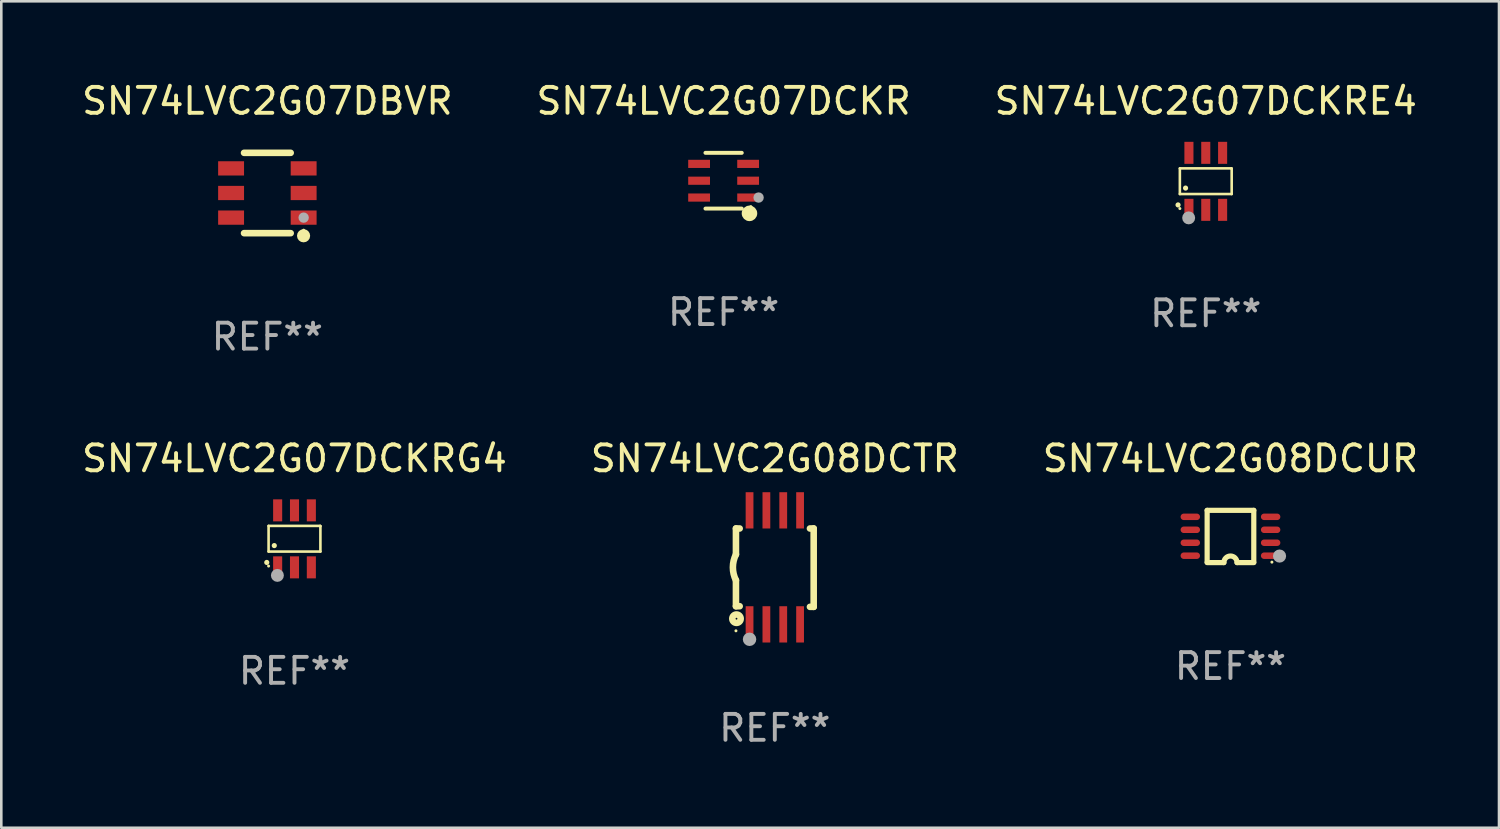
<source format=kicad_pcb>
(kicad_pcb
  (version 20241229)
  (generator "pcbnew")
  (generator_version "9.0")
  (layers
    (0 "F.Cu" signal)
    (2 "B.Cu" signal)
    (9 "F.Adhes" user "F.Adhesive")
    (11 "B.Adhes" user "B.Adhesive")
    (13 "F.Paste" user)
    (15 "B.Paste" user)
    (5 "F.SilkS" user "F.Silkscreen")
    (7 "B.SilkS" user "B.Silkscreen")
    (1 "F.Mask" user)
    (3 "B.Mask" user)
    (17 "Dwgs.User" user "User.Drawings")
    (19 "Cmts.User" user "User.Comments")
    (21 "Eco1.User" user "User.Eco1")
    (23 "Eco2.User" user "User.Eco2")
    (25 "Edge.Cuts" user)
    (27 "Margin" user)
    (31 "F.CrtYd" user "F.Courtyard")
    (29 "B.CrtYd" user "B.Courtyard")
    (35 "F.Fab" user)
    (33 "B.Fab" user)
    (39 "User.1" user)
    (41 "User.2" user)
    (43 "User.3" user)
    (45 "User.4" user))
  (footprint "SN74LVC2G07DBVR"
    (layer "F.Cu")
    (at 7.268 4.398)
    (property "Reference" "SN74LVC2G07DBVR" (at 0 -3.55 0) (layer "F.SilkS") (effects (font (size 1 1) (thickness 0.15))))
    (attr through_hole)
    (fp_line (start -0.9 -1.55) (end 0.9 -1.55) (stroke (width 0.254) (type solid)) (layer "F.SilkS"))
    (fp_line (start -0.9 1.55) (end 0.9 1.55) (stroke (width 0.254) (type solid)) (layer "F.SilkS"))
    (fp_circle (center 1.397 1.651) (end 1.524 1.651) (stroke (width 0.254) (type solid)) (fill no) (layer "F.SilkS"))
    (fp_circle (center 1.4 1.435) (end 1.43 1.435) (stroke (width 0.06) (type solid)) (fill no) (layer "F.SilkS"))
    (fp_circle (center 1.4 0.95) (end 1.5 0.95) (stroke (width 0.2) (type solid)) (fill no) (layer "F.Fab"))
    (fp_text user "REF**" (at 0 5.55 0) (layer "F.Fab") (effects (font (size 1 1) (thickness 0.15))))
    (pad "1" smd rect (at 1.4 0.95) (size 1 0.55) (layers "F.Cu" "F.Mask" "F.Paste"))
    (pad "2" smd rect (at 1.4 -0.000102) (size 1 0.55) (layers "F.Cu" "F.Mask" "F.Paste"))
    (pad "3" smd rect (at 1.4 -0.95) (size 1 0.55) (layers "F.Cu" "F.Mask" "F.Paste"))
    (pad "4" smd rect (at -1.4 -0.95) (size 1 0.55) (layers "F.Cu" "F.Mask" "F.Paste"))
    (pad "5" smd rect (at -1.4 -0.000102) (size 1 0.55) (layers "F.Cu" "F.Mask" "F.Paste"))
    (pad "6" smd rect (at -1.4 0.95) (size 1 0.55) (layers "F.Cu" "F.Mask" "F.Paste")))
  (footprint "SN74LVC2G07DCKRG4"
    (layer "F.Cu")
    (at 8.315 17.745)
    (property "Reference" "SN74LVC2G07DCKRG4" (at 0 -3.1 0) (layer "F.SilkS") (effects (font (size 1 1) (thickness 0.15))))
    (attr through_hole)
    (fp_line (start -1 -0.5) (end -1 0.49) (stroke (width 0.1) (type solid)) (layer "F.SilkS"))
    (fp_line (start -1 0.49) (end 1 0.49) (stroke (width 0.1) (type solid)) (layer "F.SilkS"))
    (fp_line (start 0.99 -0.5) (end -1 -0.5) (stroke (width 0.1) (type solid)) (layer "F.SilkS"))
    (fp_line (start 1 -0.49) (end 0.99 -0.5) (stroke (width 0.1) (type solid)) (layer "F.SilkS"))
    (fp_line (start 1 0.49) (end 1 -0.49) (stroke (width 0.1) (type solid)) (layer "F.SilkS"))
    (fp_circle (center -1.07 0.91) (end -1.02 0.91) (stroke (width 0.1) (type solid)) (fill no) (layer "F.SilkS"))
    (fp_circle (center -1 1.05) (end -0.97 1.05) (stroke (width 0.06) (type solid)) (fill no) (layer "F.SilkS"))
    (fp_circle (center -0.78 0.26) (end -0.73 0.26) (stroke (width 0.1) (type solid)) (fill no) (layer "F.SilkS"))
    (fp_circle (center -0.66 1.41) (end -0.535 1.41) (stroke (width 0.25) (type solid)) (fill no) (layer "F.Fab"))
    (fp_text user "REF**" (at 0 5.1 0) (layer "F.Fab") (effects (font (size 1 1) (thickness 0.15))))
    (pad "1" smd rect (at -0.65 1.1) (size 0.35 0.85) (layers "F.Cu" "F.Mask" "F.Paste"))
    (pad "2" smd rect (at 0 1.1) (size 0.35 0.85) (layers "F.Cu" "F.Mask" "F.Paste"))
    (pad "3" smd rect (at 0.65 1.1) (size 0.35 0.85) (layers "F.Cu" "F.Mask" "F.Paste"))
    (pad "4" smd rect (at 0.65 -1.1) (size 0.35 0.85) (layers "F.Cu" "F.Mask" "F.Paste"))
    (pad "5" smd rect (at 0 -1.1) (size 0.35 0.85) (layers "F.Cu" "F.Mask" "F.Paste"))
    (pad "6" smd rect (at -0.65 -1.1) (size 0.35 0.85) (layers "F.Cu" "F.Mask" "F.Paste")))
  (footprint "SN74LVC2G08DCTR"
    (layer "F.Cu")
    (at 26.851 18.845)
    (property "Reference" "SN74LVC2G08DCTR" (at 0 -4.2 0) (layer "F.SilkS") (effects (font (size 1 1) (thickness 0.15))))
    (attr through_hole)
    (fp_line (start -1.5 -1.5) (end -1.5 -0.5) (stroke (width 0.254) (type solid)) (layer "F.SilkS"))
    (fp_line (start -1.5 -1.5) (end -1.356 -1.5) (stroke (width 0.254) (type solid)) (layer "F.SilkS"))
    (fp_line (start -1.5 1.5) (end -1.5 0.5) (stroke (width 0.254) (type solid)) (layer "F.SilkS"))
    (fp_line (start -1.5 1.5) (end -1.356 1.5) (stroke (width 0.254) (type solid)) (layer "F.SilkS"))
    (fp_line (start 1.356 -1.5) (end 1.5 -1.5) (stroke (width 0.254) (type solid)) (layer "F.SilkS"))
    (fp_line (start 1.5 -1.5) (end 1.5 1.524) (stroke (width 0.254) (type solid)) (layer "F.SilkS"))
    (fp_line (start 1.5 1.524) (end 1.356 1.524) (stroke (width 0.254) (type solid)) (layer "F.SilkS"))
    (fp_arc (start -1.500203 0.499137) (mid -1.618067 -0.000468) (end -1.5 -0.500025) (stroke (width 0.254001) (type solid)) (layer "F.SilkS"))
    (fp_circle (center -1.5 2.449) (end -1.47 2.449) (stroke (width 0.06) (type solid)) (fill no) (layer "F.SilkS"))
    (fp_circle (center -1.479 1.981) (end -1.444 1.981) (stroke (width 0.254) (type solid)) (fill no) (layer "F.SilkS"))
    (fp_circle (center -0.975 2.776) (end -0.845 2.776) (stroke (width 0.26) (type solid)) (fill no) (layer "F.Fab"))
    (fp_text user "REF**" (at 0 6.2 0) (layer "F.Fab") (effects (font (size 1 1) (thickness 0.15))))
    (pad "1" smd rect (at -0.975 2.2) (size 0.3 1.4) (layers "F.Cu" "F.Mask" "F.Paste"))
    (pad "2" smd rect (at -0.325 2.2) (size 0.3 1.4) (layers "F.Cu" "F.Mask" "F.Paste"))
    (pad "3" smd rect (at 0.325 2.2) (size 0.3 1.4) (layers "F.Cu" "F.Mask" "F.Paste"))
    (pad "4" smd rect (at 0.975 2.2) (size 0.3 1.4) (layers "F.Cu" "F.Mask" "F.Paste"))
    (pad "5" smd rect (at 0.975 -2.2) (size 0.3 1.4) (layers "F.Cu" "F.Mask" "F.Paste"))
    (pad "6" smd rect (at 0.325 -2.2) (size 0.3 1.4) (layers "F.Cu" "F.Mask" "F.Paste"))
    (pad "7" smd rect (at -0.325 -2.2) (size 0.3 1.4) (layers "F.Cu" "F.Mask" "F.Paste"))
    (pad "8" smd rect (at -0.975 -2.2) (size 0.3 1.4) (layers "F.Cu" "F.Mask" "F.Paste")))
  (footprint "SN74LVC2G08DCUR"
    (layer "F.Cu")
    (at 44.435 17.653)
    (property "Reference" "SN74LVC2G08DCUR" (at 0 -3.008 0) (layer "F.SilkS") (effects (font (size 1 1) (thickness 0.15))))
    (attr through_hole)
    (fp_line (start -0.9 -1.008) (end -0.9 0.992) (stroke (width 0.2) (type solid)) (layer "F.SilkS"))
    (fp_line (start -0.254 1.008) (end -0.9 1.008) (stroke (width 0.2) (type solid)) (layer "F.SilkS"))
    (fp_line (start 0.254 1.008) (end 0.9 1.008) (stroke (width 0.2) (type solid)) (layer "F.SilkS"))
    (fp_line (start 0.9 -1.008) (end -0.9 -1.008) (stroke (width 0.2) (type solid)) (layer "F.SilkS"))
    (fp_line (start 0.9 0.992) (end 0.9 -1.008) (stroke (width 0.2) (type solid)) (layer "F.SilkS"))
    (fp_arc (start -0.254128 1.007976) (mid -0.000127 0.753975) (end 0.253874 1.007976) (stroke (width 0.2) (type solid)) (layer "F.SilkS"))
    (fp_circle (center 1.599 0.99) (end 1.629 0.99) (stroke (width 0.06) (type solid)) (fill no) (layer "F.SilkS"))
    (fp_circle (center 1.894 0.756) (end 2.021 0.756) (stroke (width 0.254) (type solid)) (fill no) (layer "F.Fab"))
    (fp_text user "REF**" (at 0 5.008 0) (layer "F.Fab") (effects (font (size 1 1) (thickness 0.15))))
    (pad "1" smd oval (at 1.55 0.742) (size 0.75 0.25) (layers "F.Cu" "F.Mask" "F.Paste"))
    (pad "2" smd oval (at 1.55 0.242) (size 0.75 0.25) (layers "F.Cu" "F.Mask" "F.Paste"))
    (pad "3" smd oval (at 1.55 -0.258) (size 0.75 0.25) (layers "F.Cu" "F.Mask" "F.Paste"))
    (pad "4" smd oval (at 1.55 -0.758) (size 0.75 0.25) (layers "F.Cu" "F.Mask" "F.Paste"))
    (pad "5" smd oval (at -1.55 -0.758) (size 0.75 0.25) (layers "F.Cu" "F.Mask" "F.Paste"))
    (pad "6" smd oval (at -1.55 -0.258) (size 0.75 0.25) (layers "F.Cu" "F.Mask" "F.Paste"))
    (pad "7" smd oval (at -1.55 0.242) (size 0.75 0.25) (layers "F.Cu" "F.Mask" "F.Paste"))
    (pad "8" smd oval (at -1.55 0.742) (size 0.75 0.25) (layers "F.Cu" "F.Mask" "F.Paste")))
  (footprint "SN74LVC2G07DCKR"
    (layer "F.Cu")
    (at 24.875 3.924)
    (property "Reference" "SN74LVC2G07DCKR" (at 0 -3.076 0) (layer "F.SilkS") (effects (font (size 1 1) (thickness 0.15))))
    (attr through_hole)
    (fp_line (start 0.701 -1.076) (end -0.701 -1.076) (stroke (width 0.152) (type solid)) (layer "F.SilkS"))
    (fp_line (start 0.701 1.076) (end -0.701 1.076) (stroke (width 0.152) (type solid)) (layer "F.SilkS"))
    (fp_circle (center 0.998 1.26) (end 1.148 1.26) (stroke (width 0.3) (type solid)) (fill no) (layer "F.SilkS"))
    (fp_circle (center 1.05 1) (end 1.08 1) (stroke (width 0.06) (type solid)) (fill no) (layer "F.SilkS"))
    (fp_circle (center 1.35 0.65) (end 1.45 0.65) (stroke (width 0.2) (type solid)) (fill no) (layer "F.Fab"))
    (fp_text user "REF**" (at 0 5.076 0) (layer "F.Fab") (effects (font (size 1 1) (thickness 0.15))))
    (pad "1" smd rect (at 0.946 0.65) (size 0.841 0.315) (layers "F.Cu" "F.Mask" "F.Paste"))
    (pad "2" smd rect (at 0.946 0) (size 0.841 0.315) (layers "F.Cu" "F.Mask" "F.Paste"))
    (pad "3" smd rect (at 0.946 -0.65) (size 0.841 0.315) (layers "F.Cu" "F.Mask" "F.Paste"))
    (pad "4" smd rect (at -0.946 -0.65) (size 0.841 0.315) (layers "F.Cu" "F.Mask" "F.Paste"))
    (pad "5" smd rect (at -0.946 0) (size 0.841 0.315) (layers "F.Cu" "F.Mask" "F.Paste"))
    (pad "6" smd rect (at -0.946 0.65) (size 0.841 0.315) (layers "F.Cu" "F.Mask" "F.Paste")))
  (footprint "SN74LVC2G07DCKRE4"
    (layer "F.Cu")
    (at 43.482 3.948)
    (property "Reference" "SN74LVC2G07DCKRE4" (at 0 -3.1 0) (layer "F.SilkS") (effects (font (size 1 1) (thickness 0.15))))
    (attr through_hole)
    (fp_line (start -1 -0.5) (end -1 0.49) (stroke (width 0.1) (type solid)) (layer "F.SilkS"))
    (fp_line (start -1 0.49) (end 1 0.49) (stroke (width 0.1) (type solid)) (layer "F.SilkS"))
    (fp_line (start 0.99 -0.5) (end -1 -0.5) (stroke (width 0.1) (type solid)) (layer "F.SilkS"))
    (fp_line (start 1 -0.49) (end 0.99 -0.5) (stroke (width 0.1) (type solid)) (layer "F.SilkS"))
    (fp_line (start 1 0.49) (end 1 -0.49) (stroke (width 0.1) (type solid)) (layer "F.SilkS"))
    (fp_circle (center -1.07 0.91) (end -1.02 0.91) (stroke (width 0.1) (type solid)) (fill no) (layer "F.SilkS"))
    (fp_circle (center -1 1.05) (end -0.97 1.05) (stroke (width 0.06) (type solid)) (fill no) (layer "F.SilkS"))
    (fp_circle (center -0.78 0.26) (end -0.73 0.26) (stroke (width 0.1) (type solid)) (fill no) (layer "F.SilkS"))
    (fp_circle (center -0.66 1.41) (end -0.535 1.41) (stroke (width 0.25) (type solid)) (fill no) (layer "F.Fab"))
    (fp_text user "REF**" (at 0 5.1 0) (layer "F.Fab") (effects (font (size 1 1) (thickness 0.15))))
    (pad "1" smd rect (at -0.65 1.1) (size 0.35 0.85) (layers "F.Cu" "F.Mask" "F.Paste"))
    (pad "2" smd rect (at 0 1.1) (size 0.35 0.85) (layers "F.Cu" "F.Mask" "F.Paste"))
    (pad "3" smd rect (at 0.65 1.1) (size 0.35 0.85) (layers "F.Cu" "F.Mask" "F.Paste"))
    (pad "4" smd rect (at 0.65 -1.1) (size 0.35 0.85) (layers "F.Cu" "F.Mask" "F.Paste"))
    (pad "5" smd rect (at 0 -1.1) (size 0.35 0.85) (layers "F.Cu" "F.Mask" "F.Paste"))
    (pad "6" smd rect (at -0.65 -1.1) (size 0.35 0.85) (layers "F.Cu" "F.Mask" "F.Paste")))
  (gr_rect
    (start -3 -3)
    (end 54.798 28.893)
    (stroke (width 0.1) (type default))
    (fill no)
    (layer "Edge.Cuts")))
</source>
